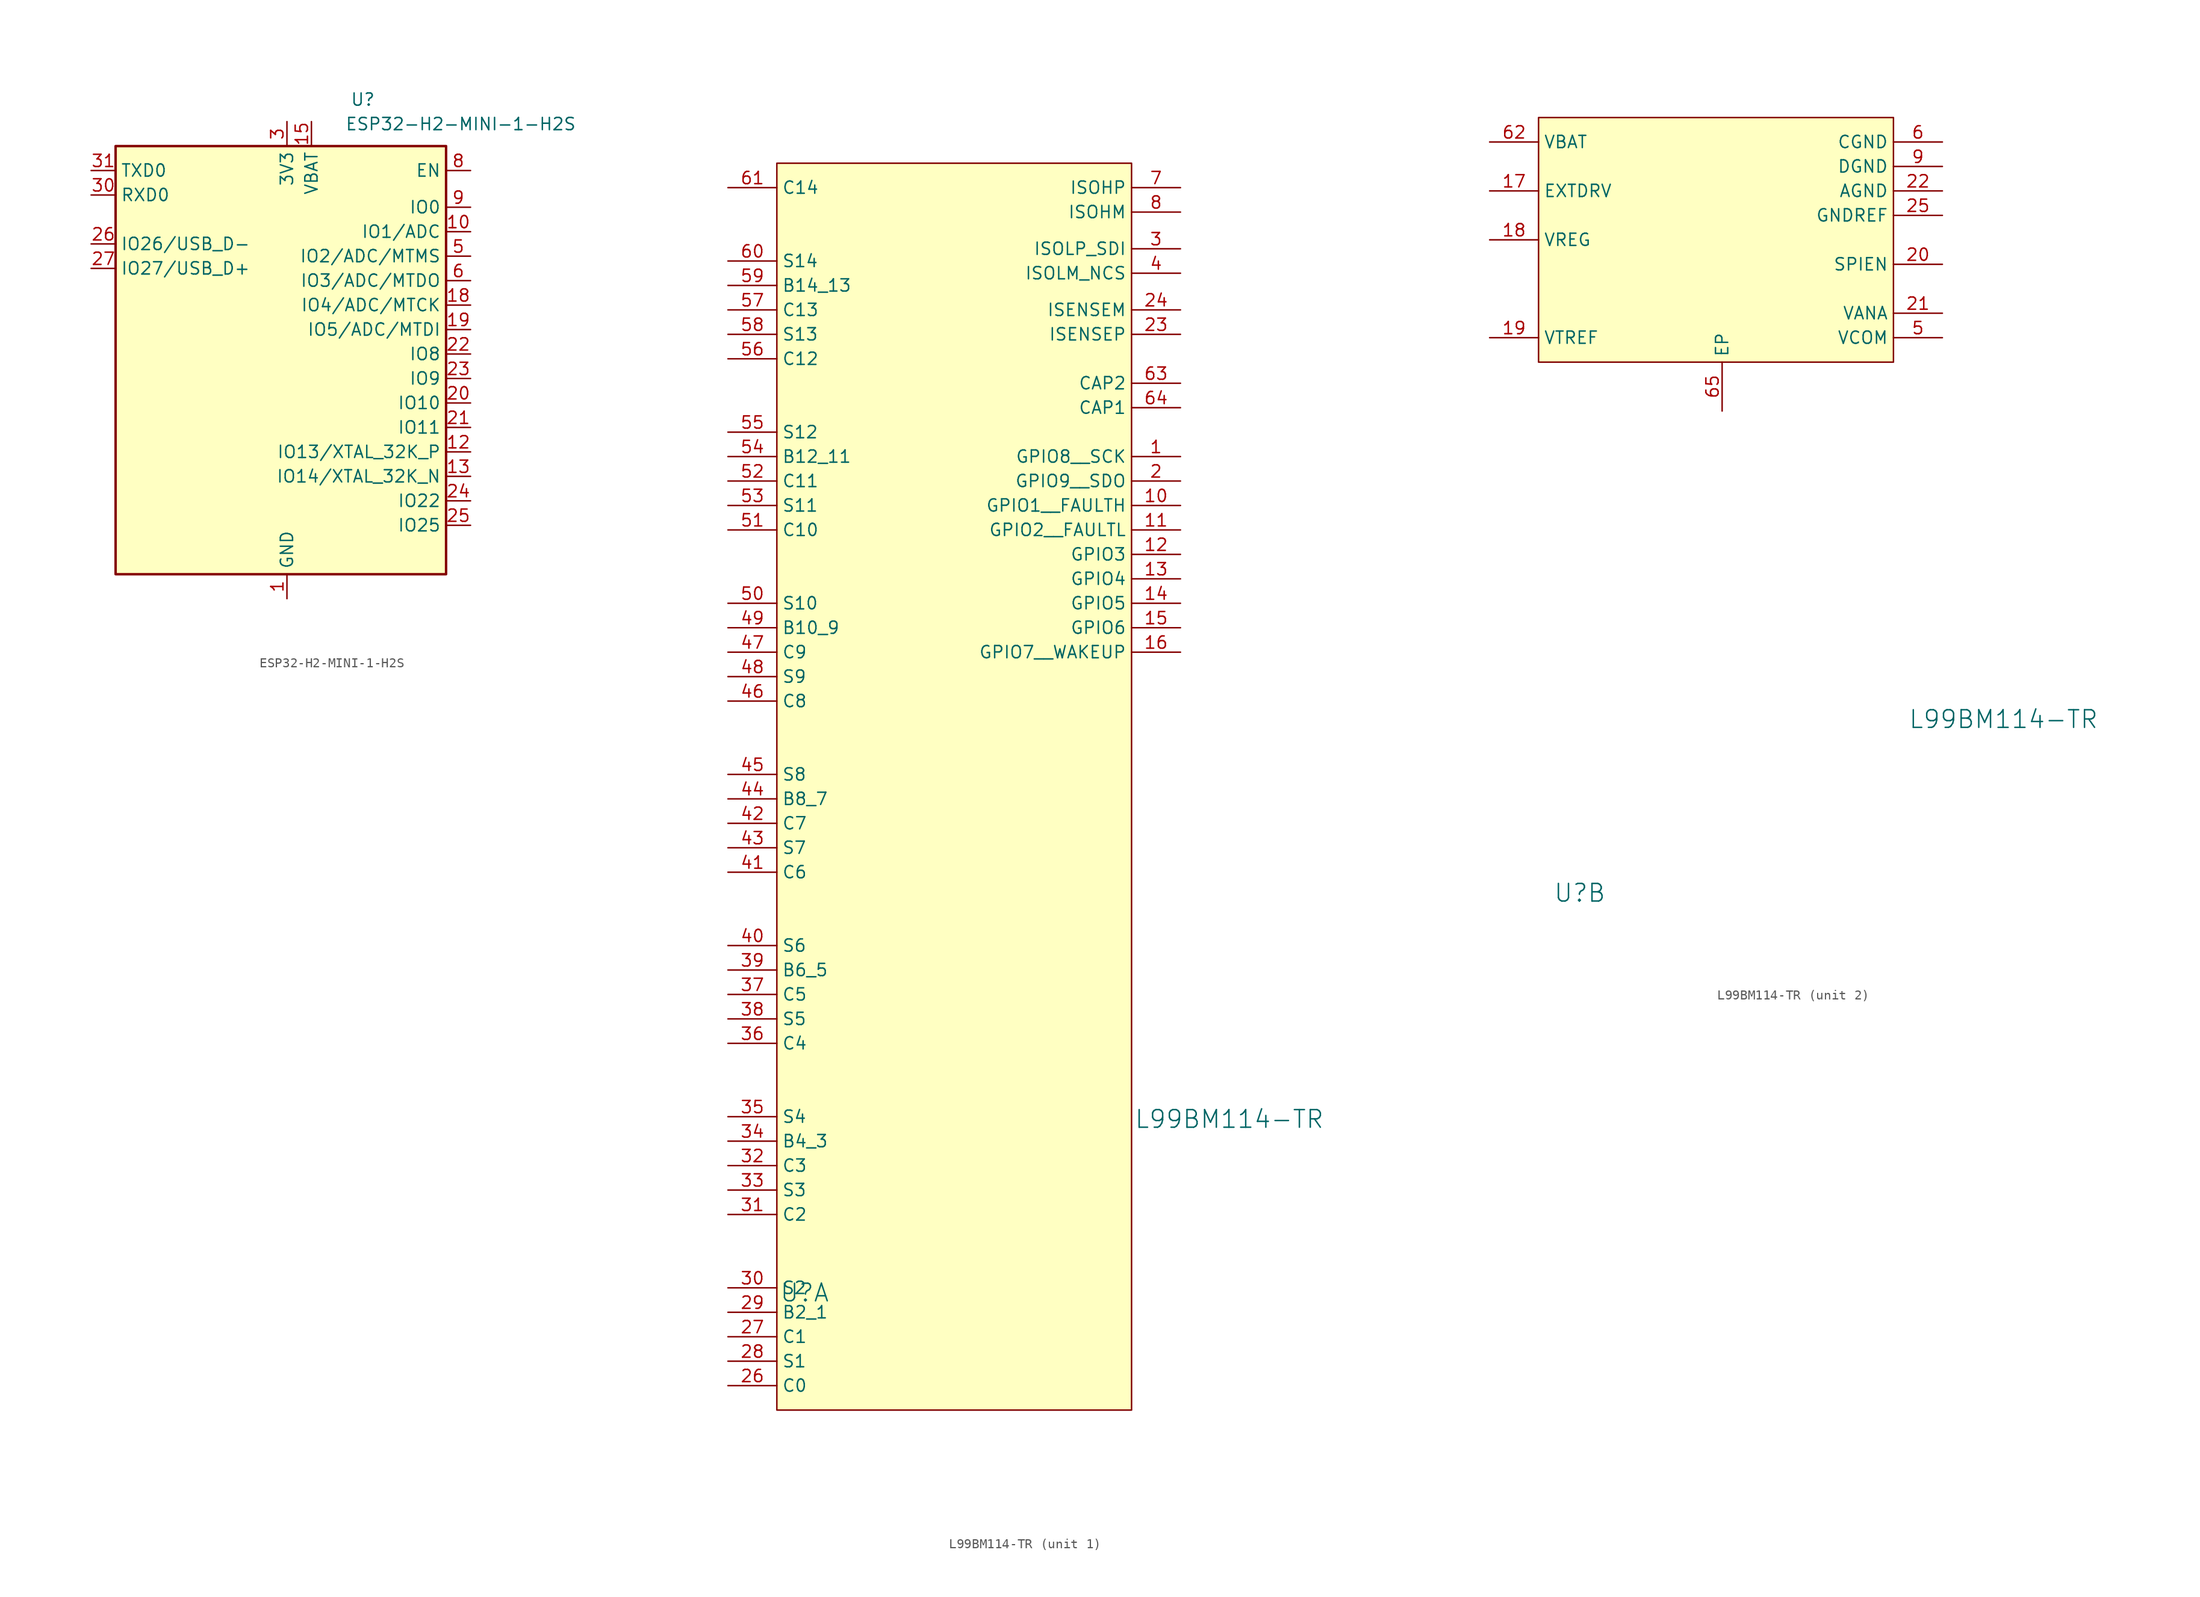
<source format=kicad_sym>
(kicad_symbol_lib
  (version 20241209)
  (generator "kicad_symbol_editor")
  (generator_version "9.0")
  (symbol "ESP32-H2-MINI-1-H2S"
    (property "Reference" "U"
      (at 7.874 35.306 0)
      (effects (font (size 1.27 1.27))))
    (property "Value" "ESP32-H2-MINI-1-H2S"
      (at 18.034 32.766 0)
      (effects (font (size 1.27 1.27))))
    (symbol "ESP32-H2-MINI-1-H2S_0_1"
      (rectangle (start -17.78 30.48) (end 16.51 -13.97) (stroke (width 0.254) (type default)) (fill (type background))))
    (symbol "ESP32-H2-MINI-1-H2S_1_0"
      (pin no_connect line (at -17.78 8.89 0) (length 2.54) (hide yes) (name "NC" (effects (font (size 1.27 1.27)))) (number "4" (effects (font (size 1.27 1.27)))))
      (pin no_connect line (at -17.78 6.35 0) (length 2.54) (hide yes) (name "NC" (effects (font (size 1.27 1.27)))) (number "7" (effects (font (size 1.27 1.27)))))
      (pin no_connect line (at -17.78 3.81 0) (length 2.54) (hide yes) (name "NC" (effects (font (size 1.27 1.27)))) (number "17" (effects (font (size 1.27 1.27)))))
      (pin no_connect line (at -17.78 1.27 0) (length 2.54) (hide yes) (name "NC" (effects (font (size 1.27 1.27)))) (number "28" (effects (font (size 1.27 1.27)))))
      (pin no_connect line (at -17.78 -1.27 0) (length 2.54) (hide yes) (name "NC" (effects (font (size 1.27 1.27)))) (number "29" (effects (font (size 1.27 1.27)))))
      (pin no_connect line (at -17.78 -3.81 0) (length 2.54) (hide yes) (name "NC" (effects (font (size 1.27 1.27)))) (number "32" (effects (font (size 1.27 1.27)))))
      (pin no_connect line (at -17.78 -6.35 0) (length 2.54) (hide yes) (name "NC" (effects (font (size 1.27 1.27)))) (number "33" (effects (font (size 1.27 1.27)))))
      (pin no_connect line (at -17.78 -8.89 0) (length 2.54) (hide yes) (name "NC" (effects (font (size 1.27 1.27)))) (number "34" (effects (font (size 1.27 1.27)))))
      (pin no_connect line (at -17.78 -11.43 0) (length 2.54) (hide yes) (name "NC" (effects (font (size 1.27 1.27)))) (number "35" (effects (font (size 1.27 1.27))))))
    (symbol "ESP32-H2-MINI-1-H2S_1_1"
      (pin bidirectional line (at -20.32 27.94 0) (length 2.54) (name "TXD0" (effects (font (size 1.27 1.27)))) (number "31" (effects (font (size 1.27 1.27)))))
      (pin bidirectional line (at -20.32 25.4 0) (length 2.54) (name "RXD0" (effects (font (size 1.27 1.27)))) (number "30" (effects (font (size 1.27 1.27)))))
      (pin bidirectional line (at -20.32 20.32 0) (length 2.54) (name "IO26/USB_D-" (effects (font (size 1.27 1.27)))) (number "26" (effects (font (size 1.27 1.27)))))
      (pin bidirectional line (at -20.32 17.78 0) (length 2.54) (name "IO27/USB_D+" (effects (font (size 1.27 1.27)))) (number "27" (effects (font (size 1.27 1.27)))))
      (pin power_in line (at 0 33.02 270) (length 2.54) (name "3V3" (effects (font (size 1.27 1.27)))) (number "3" (effects (font (size 1.27 1.27)))))
      (pin power_in line (at 0 -16.51 90) (length 2.54) (name "GND" (effects (font (size 1.27 1.27)))) (number "1" (effects (font (size 1.27 1.27)))))
      (pin passive line (at 0 -16.51 90) (length 2.54) (hide yes) (name "GND" (effects (font (size 1.27 1.27)))) (number "11" (effects (font (size 1.27 1.27)))))
      (pin passive line (at 0 -16.51 90) (length 2.54) (hide yes) (name "GND" (effects (font (size 1.27 1.27)))) (number "14" (effects (font (size 1.27 1.27)))))
      (pin passive line (at 0 -16.51 90) (length 2.54) (hide yes) (name "GND" (effects (font (size 1.27 1.27)))) (number "2" (effects (font (size 1.27 1.27)))))
      (pin passive line (at 0 -16.51 90) (length 2.54) (hide yes) (name "GND" (effects (font (size 1.27 1.27)))) (number "36" (effects (font (size 1.27 1.27)))))
      (pin passive line (at 0 -16.51 90) (length 2.54) (hide yes) (name "GND" (effects (font (size 1.27 1.27)))) (number "37" (effects (font (size 1.27 1.27)))))
      (pin passive line (at 0 -16.51 90) (length 2.54) (hide yes) (name "GND" (effects (font (size 1.27 1.27)))) (number "38" (effects (font (size 1.27 1.27)))))
      (pin passive line (at 0 -16.51 90) (length 2.54) (hide yes) (name "GND" (effects (font (size 1.27 1.27)))) (number "39" (effects (font (size 1.27 1.27)))))
      (pin passive line (at 0 -16.51 90) (length 2.54) (hide yes) (name "GND" (effects (font (size 1.27 1.27)))) (number "40" (effects (font (size 1.27 1.27)))))
      (pin passive line (at 0 -16.51 90) (length 2.54) (hide yes) (name "GND" (effects (font (size 1.27 1.27)))) (number "41" (effects (font (size 1.27 1.27)))))
      (pin passive line (at 0 -16.51 90) (length 2.54) (hide yes) (name "GND" (effects (font (size 1.27 1.27)))) (number "42" (effects (font (size 1.27 1.27)))))
      (pin passive line (at 0 -16.51 90) (length 2.54) (hide yes) (name "GND" (effects (font (size 1.27 1.27)))) (number "43" (effects (font (size 1.27 1.27)))))
      (pin passive line (at 0 -16.51 90) (length 2.54) (hide yes) (name "GND" (effects (font (size 1.27 1.27)))) (number "44" (effects (font (size 1.27 1.27)))))
      (pin passive line (at 0 -16.51 90) (length 2.54) (hide yes) (name "GND" (effects (font (size 1.27 1.27)))) (number "45" (effects (font (size 1.27 1.27)))))
      (pin passive line (at 0 -16.51 90) (length 2.54) (hide yes) (name "GND" (effects (font (size 1.27 1.27)))) (number "46" (effects (font (size 1.27 1.27)))))
      (pin passive line (at 0 -16.51 90) (length 2.54) (hide yes) (name "GND" (effects (font (size 1.27 1.27)))) (number "47" (effects (font (size 1.27 1.27)))))
      (pin passive line (at 0 -16.51 90) (length 2.54) (hide yes) (name "GND" (effects (font (size 1.27 1.27)))) (number "48" (effects (font (size 1.27 1.27)))))
      (pin passive line (at 0 -16.51 90) (length 2.54) (hide yes) (name "GND" (effects (font (size 1.27 1.27)))) (number "49" (effects (font (size 1.27 1.27)))))
      (pin passive line (at 0 -16.51 90) (length 2.54) (hide yes) (name "GND" (effects (font (size 1.27 1.27)))) (number "50" (effects (font (size 1.27 1.27)))))
      (pin passive line (at 0 -16.51 90) (length 2.54) (hide yes) (name "GND" (effects (font (size 1.27 1.27)))) (number "51" (effects (font (size 1.27 1.27)))))
      (pin passive line (at 0 -16.51 90) (length 2.54) (hide yes) (name "GND" (effects (font (size 1.27 1.27)))) (number "52" (effects (font (size 1.27 1.27)))))
      (pin passive line (at 0 -16.51 90) (length 2.54) (hide yes) (name "GND" (effects (font (size 1.27 1.27)))) (number "53" (effects (font (size 1.27 1.27)))))
      (pin power_in line (at 2.54 33.02 270) (length 2.54) (name "VBAT" (effects (font (size 1.27 1.27)))) (number "15" (effects (font (size 1.27 1.27)))))
      (pin input line (at 19.05 27.94 180) (length 2.54) (name "EN" (effects (font (size 1.27 1.27)))) (number "8" (effects (font (size 1.27 1.27)))))
      (pin bidirectional line (at 19.05 24.13 180) (length 2.54) (name "IO0" (effects (font (size 1.27 1.27)))) (number "9" (effects (font (size 1.27 1.27)))))
      (pin bidirectional line (at 19.05 21.59 180) (length 2.54) (name "IO1/ADC" (effects (font (size 1.27 1.27)))) (number "10" (effects (font (size 1.27 1.27)))))
      (pin bidirectional line (at 19.05 19.05 180) (length 2.54) (name "IO2/ADC/MTMS" (effects (font (size 1.27 1.27)))) (number "5" (effects (font (size 1.27 1.27)))))
      (pin bidirectional line (at 19.05 16.51 180) (length 2.54) (name "IO3/ADC/MTDO" (effects (font (size 1.27 1.27)))) (number "6" (effects (font (size 1.27 1.27)))))
      (pin bidirectional line (at 19.05 13.97 180) (length 2.54) (name "IO4/ADC/MTCK" (effects (font (size 1.27 1.27)))) (number "18" (effects (font (size 1.27 1.27)))))
      (pin bidirectional line (at 19.05 11.43 180) (length 2.54) (name "IO5/ADC/MTDI" (effects (font (size 1.27 1.27)))) (number "19" (effects (font (size 1.27 1.27)))))
      (pin bidirectional line (at 19.05 8.89 180) (length 2.54) (name "IO8" (effects (font (size 1.27 1.27)))) (number "22" (effects (font (size 1.27 1.27)))))
      (pin bidirectional line (at 19.05 6.35 180) (length 2.54) (name "IO9" (effects (font (size 1.27 1.27)))) (number "23" (effects (font (size 1.27 1.27)))))
      (pin bidirectional line (at 19.05 3.81 180) (length 2.54) (name "IO10" (effects (font (size 1.27 1.27)))) (number "20" (effects (font (size 1.27 1.27)))))
      (pin bidirectional line (at 19.05 1.27 180) (length 2.54) (name "IO11" (effects (font (size 1.27 1.27)))) (number "21" (effects (font (size 1.27 1.27)))))
      (pin bidirectional line (at 19.05 -1.27 180) (length 2.54) (name "IO13/XTAL_32K_P" (effects (font (size 1.27 1.27)))) (number "12" (effects (font (size 1.27 1.27)))))
      (pin bidirectional line (at 19.05 -3.81 180) (length 2.54) (name "IO14/XTAL_32K_N" (effects (font (size 1.27 1.27)))) (number "13" (effects (font (size 1.27 1.27)))))
      (pin bidirectional line (at 19.05 -6.35 180) (length 2.54) (name "IO22" (effects (font (size 1.27 1.27)))) (number "24" (effects (font (size 1.27 1.27)))))
      (pin bidirectional line (at 19.05 -8.89 180) (length 2.54) (name "IO25" (effects (font (size 1.27 1.27)))) (number "25" (effects (font (size 1.27 1.27)))))))
  (symbol "L99BM114-TR"
    (property "Reference" "U"
      (at -17.526 -67.818 0)
      (effects (font (size 1.829 1.829)) (justify left)))
    (property "Value" "L99BM114-TR"
      (at 19.304 -49.784 0)
      (effects (font (size 1.829 1.829)) (justify left)))
    (property "ki_locked" ""
      (at 0 0 0)
      (effects (font (size 1.27 1.27))))
    (symbol "L99BM114-TR_1_0"
      (rectangle (start -17.78 49.53) (end 19.05 -80.01) (stroke (width 0) (type solid) (color 128 0 0 1)) (fill (type background)))
      (pin passive line (at -22.86 46.99 0) (length 5.08) (name "C14" (effects (font (size 1.27 1.27)))) (number "61" (effects (font (size 1.27 1.27)))))
      (pin passive line (at -22.86 39.37 0) (length 5.08) (name "S14" (effects (font (size 1.27 1.27)))) (number "60" (effects (font (size 1.27 1.27)))))
      (pin passive line (at -22.86 36.83 0) (length 5.08) (name "B14_13" (effects (font (size 1.27 1.27)))) (number "59" (effects (font (size 1.27 1.27)))))
      (pin passive line (at -22.86 34.29 0) (length 5.08) (name "C13" (effects (font (size 1.27 1.27)))) (number "57" (effects (font (size 1.27 1.27)))))
      (pin passive line (at -22.86 31.75 0) (length 5.08) (name "S13" (effects (font (size 1.27 1.27)))) (number "58" (effects (font (size 1.27 1.27)))))
      (pin passive line (at -22.86 29.21 0) (length 5.08) (name "C12" (effects (font (size 1.27 1.27)))) (number "56" (effects (font (size 1.27 1.27)))))
      (pin passive line (at -22.86 21.59 0) (length 5.08) (name "S12" (effects (font (size 1.27 1.27)))) (number "55" (effects (font (size 1.27 1.27)))))
      (pin passive line (at -22.86 19.05 0) (length 5.08) (name "B12_11" (effects (font (size 1.27 1.27)))) (number "54" (effects (font (size 1.27 1.27)))))
      (pin passive line (at -22.86 16.51 0) (length 5.08) (name "C11" (effects (font (size 1.27 1.27)))) (number "52" (effects (font (size 1.27 1.27)))))
      (pin passive line (at -22.86 13.97 0) (length 5.08) (name "S11" (effects (font (size 1.27 1.27)))) (number "53" (effects (font (size 1.27 1.27)))))
      (pin passive line (at -22.86 11.43 0) (length 5.08) (name "C10" (effects (font (size 1.27 1.27)))) (number "51" (effects (font (size 1.27 1.27)))))
      (pin passive line (at -22.86 3.81 0) (length 5.08) (name "S10" (effects (font (size 1.27 1.27)))) (number "50" (effects (font (size 1.27 1.27)))))
      (pin passive line (at -22.86 1.27 0) (length 5.08) (name "B10_9" (effects (font (size 1.27 1.27)))) (number "49" (effects (font (size 1.27 1.27)))))
      (pin passive line (at -22.86 -1.27 0) (length 5.08) (name "C9" (effects (font (size 1.27 1.27)))) (number "47" (effects (font (size 1.27 1.27)))))
      (pin passive line (at -22.86 -3.81 0) (length 5.08) (name "S9" (effects (font (size 1.27 1.27)))) (number "48" (effects (font (size 1.27 1.27)))))
      (pin passive line (at -22.86 -6.35 0) (length 5.08) (name "C8" (effects (font (size 1.27 1.27)))) (number "46" (effects (font (size 1.27 1.27)))))
      (pin passive line (at -22.86 -13.97 0) (length 5.08) (name "S8" (effects (font (size 1.27 1.27)))) (number "45" (effects (font (size 1.27 1.27)))))
      (pin passive line (at -22.86 -16.51 0) (length 5.08) (name "B8_7" (effects (font (size 1.27 1.27)))) (number "44" (effects (font (size 1.27 1.27)))))
      (pin passive line (at -22.86 -19.05 0) (length 5.08) (name "C7" (effects (font (size 1.27 1.27)))) (number "42" (effects (font (size 1.27 1.27)))))
      (pin passive line (at -22.86 -21.59 0) (length 5.08) (name "S7" (effects (font (size 1.27 1.27)))) (number "43" (effects (font (size 1.27 1.27)))))
      (pin passive line (at -22.86 -24.13 0) (length 5.08) (name "C6" (effects (font (size 1.27 1.27)))) (number "41" (effects (font (size 1.27 1.27)))))
      (pin passive line (at -22.86 -31.75 0) (length 5.08) (name "S6" (effects (font (size 1.27 1.27)))) (number "40" (effects (font (size 1.27 1.27)))))
      (pin passive line (at -22.86 -34.29 0) (length 5.08) (name "B6_5" (effects (font (size 1.27 1.27)))) (number "39" (effects (font (size 1.27 1.27)))))
      (pin passive line (at -22.86 -36.83 0) (length 5.08) (name "C5" (effects (font (size 1.27 1.27)))) (number "37" (effects (font (size 1.27 1.27)))))
      (pin passive line (at -22.86 -39.37 0) (length 5.08) (name "S5" (effects (font (size 1.27 1.27)))) (number "38" (effects (font (size 1.27 1.27)))))
      (pin passive line (at -22.86 -41.91 0) (length 5.08) (name "C4" (effects (font (size 1.27 1.27)))) (number "36" (effects (font (size 1.27 1.27)))))
      (pin passive line (at -22.86 -49.53 0) (length 5.08) (name "S4" (effects (font (size 1.27 1.27)))) (number "35" (effects (font (size 1.27 1.27)))))
      (pin passive line (at -22.86 -52.07 0) (length 5.08) (name "B4_3" (effects (font (size 1.27 1.27)))) (number "34" (effects (font (size 1.27 1.27)))))
      (pin passive line (at -22.86 -54.61 0) (length 5.08) (name "C3" (effects (font (size 1.27 1.27)))) (number "32" (effects (font (size 1.27 1.27)))))
      (pin passive line (at -22.86 -57.15 0) (length 5.08) (name "S3" (effects (font (size 1.27 1.27)))) (number "33" (effects (font (size 1.27 1.27)))))
      (pin passive line (at -22.86 -59.69 0) (length 5.08) (name "C2" (effects (font (size 1.27 1.27)))) (number "31" (effects (font (size 1.27 1.27)))))
      (pin passive line (at -22.86 -67.31 0) (length 5.08) (name "S2" (effects (font (size 1.27 1.27)))) (number "30" (effects (font (size 1.27 1.27)))))
      (pin passive line (at -22.86 -69.85 0) (length 5.08) (name "B2_1" (effects (font (size 1.27 1.27)))) (number "29" (effects (font (size 1.27 1.27)))))
      (pin passive line (at -22.86 -72.39 0) (length 5.08) (name "C1" (effects (font (size 1.27 1.27)))) (number "27" (effects (font (size 1.27 1.27)))))
      (pin passive line (at -22.86 -74.93 0) (length 5.08) (name "S1" (effects (font (size 1.27 1.27)))) (number "28" (effects (font (size 1.27 1.27)))))
      (pin passive line (at -22.86 -77.47 0) (length 5.08) (name "C0" (effects (font (size 1.27 1.27)))) (number "26" (effects (font (size 1.27 1.27)))))
      (pin passive line (at 24.13 46.99 180) (length 5.08) (name "ISOHP" (effects (font (size 1.27 1.27)))) (number "7" (effects (font (size 1.27 1.27)))))
      (pin passive line (at 24.13 44.45 180) (length 5.08) (name "ISOHM" (effects (font (size 1.27 1.27)))) (number "8" (effects (font (size 1.27 1.27)))))
      (pin passive line (at 24.13 40.64 180) (length 5.08) (name "ISOLP_SDI" (effects (font (size 1.27 1.27)))) (number "3" (effects (font (size 1.27 1.27)))))
      (pin passive line (at 24.13 38.1 180) (length 5.08) (name "ISOLM_NCS" (effects (font (size 1.27 1.27)))) (number "4" (effects (font (size 1.27 1.27)))))
      (pin passive line (at 24.13 34.29 180) (length 5.08) (name "ISENSEM" (effects (font (size 1.27 1.27)))) (number "24" (effects (font (size 1.27 1.27)))))
      (pin passive line (at 24.13 31.75 180) (length 5.08) (name "ISENSEP" (effects (font (size 1.27 1.27)))) (number "23" (effects (font (size 1.27 1.27)))))
      (pin passive line (at 24.13 26.67 180) (length 5.08) (name "CAP2" (effects (font (size 1.27 1.27)))) (number "63" (effects (font (size 1.27 1.27)))))
      (pin passive line (at 24.13 24.13 180) (length 5.08) (name "CAP1" (effects (font (size 1.27 1.27)))) (number "64" (effects (font (size 1.27 1.27)))))
      (pin passive line (at 24.13 19.05 180) (length 5.08) (name "GPIO8__SCK" (effects (font (size 1.27 1.27)))) (number "1" (effects (font (size 1.27 1.27)))))
      (pin passive line (at 24.13 16.51 180) (length 5.08) (name "GPIO9__SDO" (effects (font (size 1.27 1.27)))) (number "2" (effects (font (size 1.27 1.27)))))
      (pin passive line (at 24.13 13.97 180) (length 5.08) (name "GPIO1__FAULTH" (effects (font (size 1.27 1.27)))) (number "10" (effects (font (size 1.27 1.27)))))
      (pin passive line (at 24.13 11.43 180) (length 5.08) (name "GPIO2__FAULTL" (effects (font (size 1.27 1.27)))) (number "11" (effects (font (size 1.27 1.27)))))
      (pin passive line (at 24.13 8.89 180) (length 5.08) (name "GPIO3" (effects (font (size 1.27 1.27)))) (number "12" (effects (font (size 1.27 1.27)))))
      (pin passive line (at 24.13 6.35 180) (length 5.08) (name "GPIO4" (effects (font (size 1.27 1.27)))) (number "13" (effects (font (size 1.27 1.27)))))
      (pin passive line (at 24.13 3.81 180) (length 5.08) (name "GPIO5" (effects (font (size 1.27 1.27)))) (number "14" (effects (font (size 1.27 1.27)))))
      (pin passive line (at 24.13 1.27 180) (length 5.08) (name "GPIO6" (effects (font (size 1.27 1.27)))) (number "15" (effects (font (size 1.27 1.27)))))
      (pin passive line (at 24.13 -1.27 180) (length 5.08) (name "GPIO7__WAKEUP" (effects (font (size 1.27 1.27)))) (number "16" (effects (font (size 1.27 1.27))))))
    (symbol "L99BM114-TR_2_0"
      (rectangle (start -19.05 12.7) (end 17.78 -12.7) (stroke (width 0) (type solid) (color 128 0 0 1)) (fill (type background)))
      (pin passive line (at -24.13 10.16 0) (length 5.08) (name "VBAT" (effects (font (size 1.27 1.27)))) (number "62" (effects (font (size 1.27 1.27)))))
      (pin passive line (at -24.13 5.08 0) (length 5.08) (name "EXTDRV" (effects (font (size 1.27 1.27)))) (number "17" (effects (font (size 1.27 1.27)))))
      (pin passive line (at -24.13 0 0) (length 5.08) (name "VREG" (effects (font (size 1.27 1.27)))) (number "18" (effects (font (size 1.27 1.27)))))
      (pin passive line (at -24.13 -10.16 0) (length 5.08) (name "VTREF" (effects (font (size 1.27 1.27)))) (number "19" (effects (font (size 1.27 1.27)))))
      (pin passive line (at 0 -17.78 90) (length 5.08) (name "EP" (effects (font (size 1.27 1.27)))) (number "65" (effects (font (size 1.27 1.27)))))
      (pin passive line (at 22.86 10.16 180) (length 5.08) (name "CGND" (effects (font (size 1.27 1.27)))) (number "6" (effects (font (size 1.27 1.27)))))
      (pin passive line (at 22.86 7.62 180) (length 5.08) (name "DGND" (effects (font (size 1.27 1.27)))) (number "9" (effects (font (size 1.27 1.27)))))
      (pin passive line (at 22.86 5.08 180) (length 5.08) (name "AGND" (effects (font (size 1.27 1.27)))) (number "22" (effects (font (size 1.27 1.27)))))
      (pin passive line (at 22.86 2.54 180) (length 5.08) (name "GNDREF" (effects (font (size 1.27 1.27)))) (number "25" (effects (font (size 1.27 1.27)))))
      (pin passive line (at 22.86 -2.54 180) (length 5.08) (name "SPIEN" (effects (font (size 1.27 1.27)))) (number "20" (effects (font (size 1.27 1.27)))))
      (pin passive line (at 22.86 -7.62 180) (length 5.08) (name "VANA" (effects (font (size 1.27 1.27)))) (number "21" (effects (font (size 1.27 1.27)))))
      (pin passive line (at 22.86 -10.16 180) (length 5.08) (name "VCOM" (effects (font (size 1.27 1.27)))) (number "5" (effects (font (size 1.27 1.27))))))))
</source>
